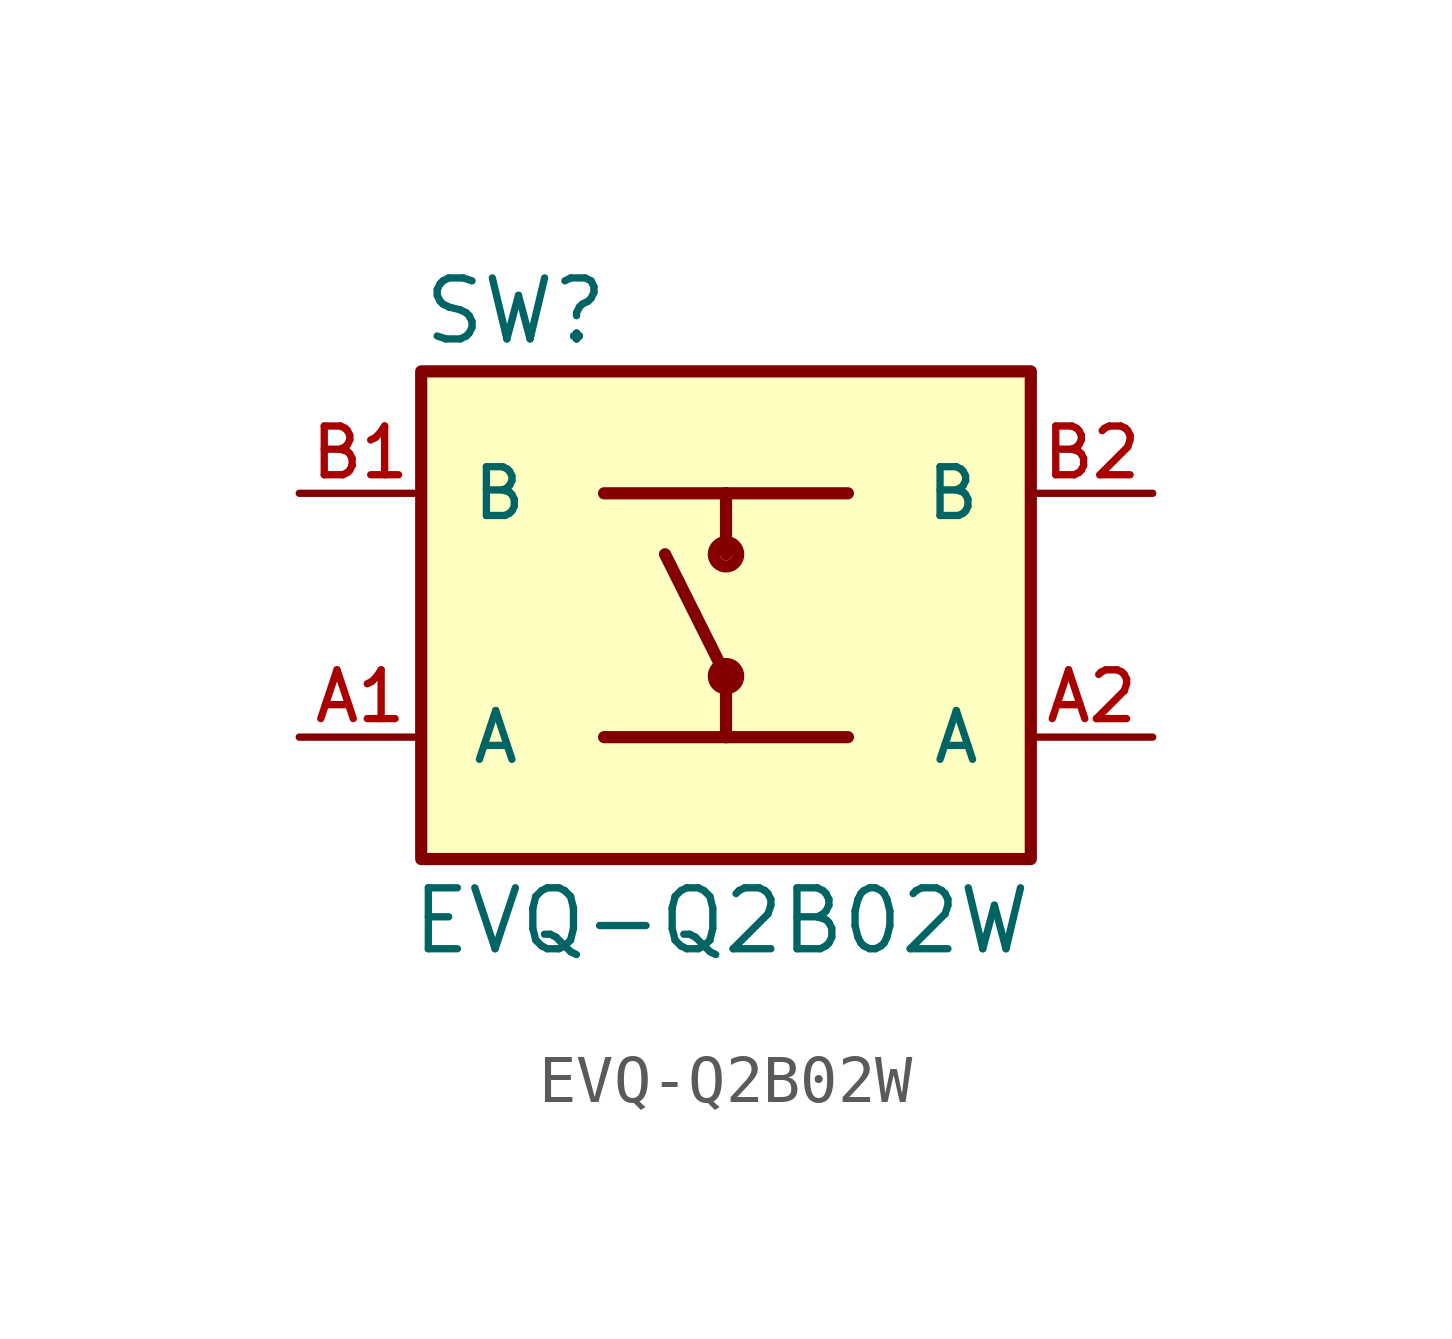
<source format=kicad_sym>
(kicad_symbol_lib
  (version 20241209)
  (generator "kicad_symbol_editor")
  (generator_version "9.0")
  (symbol "EVQ-Q2B02W"
    (pin_names
      (offset 1.016))
    (property "Reference" "SW"
      (at -6.359 5.593 0)
      (effects (font (size 1.27 1.27)) (justify left bottom)))
    (property "Value" "EVQ-Q2B02W"
      (at -6.604 -7.112 0)
      (effects (font (size 1.27 1.27)) (justify left bottom)))
    (symbol "EVQ-Q2B02W_0_0"
      (rectangle (start -6.35 5.08) (end 6.35 -5.08) (stroke (width 0.254) (type default)) (fill (type background)))
      (polyline (pts (xy -2.54 2.54) (xy 0 2.54)) (stroke (width 0.254) (type default)) (fill (type none)))
      (polyline (pts (xy -2.54 -2.54) (xy 0 -2.54)) (stroke (width 0.254) (type default)) (fill (type none)))
      (polyline (pts (xy 0 2.54) (xy 2.54 2.54)) (stroke (width 0.254) (type default)) (fill (type none)))
      (circle (center 0 1.27) (radius 0.254) (stroke (width 0.254) (type default)) (fill (type none)))
      (polyline (pts (xy 0 1.27) (xy 0 2.54)) (stroke (width 0.254) (type default)) (fill (type none)))
      (polyline (pts (xy 0 -1.27) (xy -1.27 1.27)) (stroke (width 0.254) (type default)) (fill (type none)))
      (polyline (pts (xy 0 -1.27) (xy 0 -2.54)) (stroke (width 0.254) (type default)) (fill (type none)))
      (circle (center 0 -1.27) (radius 0.254) (stroke (width 0.254) (type default)) (fill (type none)))
      (polyline (pts (xy 0 -2.54) (xy 2.54 -2.54)) (stroke (width 0.254) (type default)) (fill (type none))))
    (symbol "EVQ-Q2B02W_1_0"
      (pin passive line (at -8.89 2.54 0) (length 2.54) (name "B" (effects (font (size 1.016 1.016)))) (number "B1" (effects (font (size 1.016 1.016)))))
      (pin passive line (at -8.89 -2.54 0) (length 2.54) (name "A" (effects (font (size 1.016 1.016)))) (number "A1" (effects (font (size 1.016 1.016)))))
      (pin passive line (at 8.89 2.54 180) (length 2.54) (name "B" (effects (font (size 1.016 1.016)))) (number "B2" (effects (font (size 1.016 1.016)))))
      (pin passive line (at 8.89 -2.54 180) (length 2.54) (name "A" (effects (font (size 1.016 1.016)))) (number "A2" (effects (font (size 1.016 1.016))))))))
</source>
